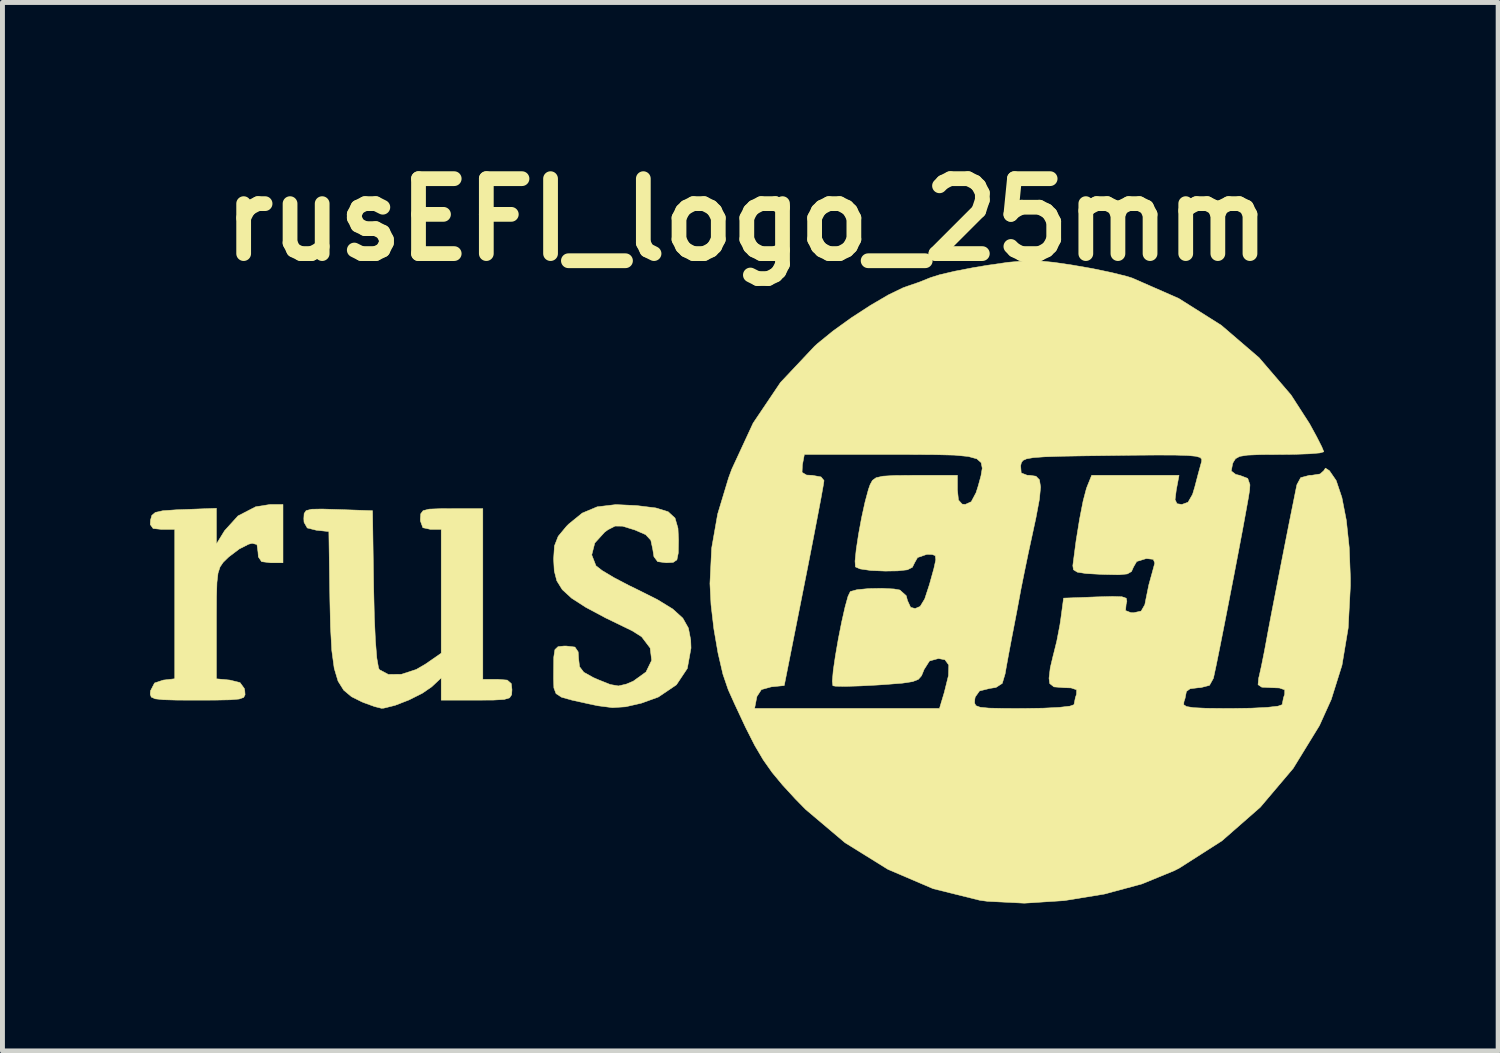
<source format=kicad_pcb>
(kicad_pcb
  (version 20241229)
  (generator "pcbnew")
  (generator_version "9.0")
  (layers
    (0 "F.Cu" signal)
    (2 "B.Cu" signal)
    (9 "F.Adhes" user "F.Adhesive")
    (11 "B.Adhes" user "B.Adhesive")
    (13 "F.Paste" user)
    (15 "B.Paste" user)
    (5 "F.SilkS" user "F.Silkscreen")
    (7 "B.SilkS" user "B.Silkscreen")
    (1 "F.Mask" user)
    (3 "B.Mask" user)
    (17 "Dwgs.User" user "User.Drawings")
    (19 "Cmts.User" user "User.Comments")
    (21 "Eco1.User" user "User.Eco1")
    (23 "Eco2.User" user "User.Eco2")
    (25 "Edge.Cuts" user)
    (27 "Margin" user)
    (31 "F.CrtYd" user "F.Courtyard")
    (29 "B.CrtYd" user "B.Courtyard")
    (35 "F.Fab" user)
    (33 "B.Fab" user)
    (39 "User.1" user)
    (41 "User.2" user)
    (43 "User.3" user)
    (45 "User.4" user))
  (footprint "rusEFI_logo_25mm"
    (layer "F.Cu")
    (at 12.188 8.818)
    (property "Reference" "rusEFI_logo_25mm" (at -0.05 -7.4 0) (layer "F.SilkS") (effects (font (size 1.524 1.524) (thickness 0.3))))
    (attr through_hole)
    (fp_poly (pts (xy -9.483 -0.423) (xy -9.737 -0.423) (xy -9.918 -0.446) (xy -9.984 -0.543) (xy -9.991 -0.641) (xy -10.012 -0.794) (xy -10.108 -0.819) (xy -10.181 -0.801) (xy -10.372 -0.704) (xy -10.583 -0.544) (xy -10.604 -0.525) (xy -10.699 -0.432) (xy -10.763 -0.338) (xy -10.804 -0.212) (xy -10.826 -0.022) (xy -10.835 0.266) (xy -10.837 0.682) (xy -10.837 0.815) (xy -10.837 1.937) (xy -10.562 1.963) (xy -10.357 2.014) (xy -10.269 2.134) (xy -10.26 2.18) (xy -10.254 2.261) (xy -10.283 2.316) (xy -10.374 2.348) (xy -10.556 2.364) (xy -10.856 2.37) (xy -11.218 2.371) (xy -11.639 2.37) (xy -11.917 2.362) (xy -12.082 2.344) (xy -12.162 2.308) (xy -12.183 2.25) (xy -12.177 2.18) (xy -12.095 2.022) (xy -11.917 1.963) (xy -11.684 1.936) (xy -11.684 -1.101) (xy -11.944 -1.101) (xy -12.124 -1.12) (xy -12.182 -1.201) (xy -12.177 -1.291) (xy -12.15 -1.388) (xy -12.079 -1.447) (xy -11.927 -1.481) (xy -11.658 -1.5) (xy -11.493 -1.506) (xy -10.837 -1.531) (xy -10.837 -1.168) (xy -10.837 -0.804) (xy -10.671 -1.075) (xy -10.398 -1.376) (xy -10.038 -1.562) (xy -9.741 -1.609) (xy -9.483 -1.609) (xy -9.483 -0.423)) (stroke (width 0.01) (type solid)) (fill yes) (layer "F.SilkS"))
    (fp_poly (pts (xy -5.419 1.947) (xy -5.122 1.947) (xy -4.922 1.963) (xy -4.84 2.034) (xy -4.826 2.159) (xy -4.833 2.261) (xy -4.875 2.324) (xy -4.986 2.357) (xy -5.2 2.369) (xy -5.546 2.371) (xy -6.265 2.371) (xy -6.265 1.918) (xy -6.458 2.099) (xy -6.65 2.231) (xy -6.921 2.367) (xy -7.205 2.477) (xy -7.435 2.534) (xy -7.482 2.536) (xy -7.618 2.502) (xy -7.831 2.425) (xy -7.878 2.406) (xy -8.089 2.301) (xy -8.248 2.168) (xy -8.363 1.984) (xy -8.441 1.724) (xy -8.49 1.364) (xy -8.517 0.879) (xy -8.529 0.339) (xy -8.55 -1.058) (xy -8.805 -1.085) (xy -8.989 -1.131) (xy -9.055 -1.247) (xy -9.059 -1.321) (xy -9.053 -1.424) (xy -9.012 -1.484) (xy -8.901 -1.512) (xy -8.687 -1.516) (xy -8.361 -1.506) (xy -7.662 -1.482) (xy -7.639 0.078) (xy -7.625 0.682) (xy -7.603 1.165) (xy -7.575 1.514) (xy -7.54 1.713) (xy -7.523 1.751) (xy -7.341 1.848) (xy -7.075 1.845) (xy -6.773 1.747) (xy -6.587 1.639) (xy -6.265 1.416) (xy -6.265 -1.101) (xy -6.477 -1.101) (xy -6.638 -1.136) (xy -6.688 -1.273) (xy -6.689 -1.312) (xy -6.681 -1.42) (xy -6.633 -1.483) (xy -6.51 -1.514) (xy -6.277 -1.523) (xy -6.054 -1.524) (xy -5.419 -1.524) (xy -5.419 1.947)) (stroke (width 0.01) (type solid)) (fill yes) (layer "F.SilkS"))
    (fp_poly (pts (xy -2.289 -1.586) (xy -1.9 -1.538) (xy -1.65 -1.461) (xy -1.51 -1.332) (xy -1.45 -1.125) (xy -1.439 -0.886) (xy -1.444 -0.621) (xy -1.472 -0.483) (xy -1.547 -0.431) (xy -1.688 -0.423) (xy -1.863 -0.446) (xy -1.939 -0.547) (xy -1.963 -0.699) (xy -2.002 -0.881) (xy -2.107 -0.995) (xy -2.326 -1.09) (xy -2.348 -1.097) (xy -2.58 -1.168) (xy -2.73 -1.169) (xy -2.874 -1.095) (xy -2.94 -1.047) (xy -3.142 -0.825) (xy -3.204 -0.583) (xy -3.118 -0.362) (xy -2.993 -0.265) (xy -2.756 -0.123) (xy -2.451 0.037) (xy -2.328 0.096) (xy -1.874 0.323) (xy -1.557 0.517) (xy -1.352 0.703) (xy -1.238 0.905) (xy -1.191 1.147) (xy -1.185 1.312) (xy -1.26 1.726) (xy -1.482 2.059) (xy -1.85 2.308) (xy -2.197 2.433) (xy -2.518 2.506) (xy -2.783 2.523) (xy -3.079 2.485) (xy -3.26 2.447) (xy -3.604 2.371) (xy -3.818 2.311) (xy -3.93 2.238) (xy -3.974 2.122) (xy -3.98 1.935) (xy -3.979 1.776) (xy -3.976 1.496) (xy -3.953 1.344) (xy -3.889 1.283) (xy -3.765 1.27) (xy -3.725 1.27) (xy -3.546 1.291) (xy -3.48 1.388) (xy -3.471 1.527) (xy -3.452 1.69) (xy -3.366 1.803) (xy -3.173 1.911) (xy -3.072 1.955) (xy -2.827 2.053) (xy -2.661 2.082) (xy -2.502 2.045) (xy -2.359 1.985) (xy -2.1 1.798) (xy -1.985 1.561) (xy -2.016 1.31) (xy -2.19 1.081) (xy -2.38 0.961) (xy -2.922 0.698) (xy -3.326 0.482) (xy -3.613 0.297) (xy -3.803 0.123) (xy -3.914 -0.056) (xy -3.966 -0.258) (xy -3.979 -0.5) (xy -3.962 -0.767) (xy -3.886 -0.961) (xy -3.718 -1.164) (xy -3.67 -1.212) (xy -3.396 -1.434) (xy -3.093 -1.561) (xy -2.714 -1.606) (xy -2.289 -1.586)) (stroke (width 0.01) (type solid)) (fill yes) (layer "F.SilkS"))
    (fp_poly (pts (xy 5.879 -6.563) (xy 6.201 -6.532) (xy 6.567 -6.478) (xy 6.976 -6.407) (xy 7.368 -6.325) (xy 7.682 -6.247) (xy 7.789 -6.213) (xy 8.733 -5.799) (xy 9.599 -5.253) (xy 10.368 -4.593) (xy 11.018 -3.835) (xy 11.394 -3.252) (xy 11.538 -2.988) (xy 11.642 -2.783) (xy 11.684 -2.682) (xy 11.684 -2.68) (xy 11.605 -2.657) (xy 11.392 -2.639) (xy 11.079 -2.628) (xy 10.792 -2.625) (xy 10.394 -2.623) (xy 10.132 -2.612) (xy 9.975 -2.587) (xy 9.889 -2.54) (xy 9.841 -2.465) (xy 9.829 -2.434) (xy 9.802 -2.29) (xy 9.893 -2.22) (xy 9.98 -2.199) (xy 10.137 -2.139) (xy 10.182 -2.01) (xy 10.175 -1.902) (xy 10.153 -1.759) (xy 10.103 -1.481) (xy 10.033 -1.098) (xy 9.947 -0.643) (xy 9.852 -0.145) (xy 9.753 0.364) (xy 9.658 0.852) (xy 9.571 1.291) (xy 9.499 1.647) (xy 9.447 1.89) (xy 9.439 1.926) (xy 9.359 2.07) (xy 9.18 2.116) (xy 9.142 2.117) (xy 8.965 2.139) (xy 8.89 2.194) (xy 8.89 2.194) (xy 8.862 2.336) (xy 8.839 2.406) (xy 8.835 2.463) (xy 8.892 2.501) (xy 9.036 2.524) (xy 9.291 2.536) (xy 9.684 2.54) (xy 9.812 2.54) (xy 10.208 2.534) (xy 10.532 2.518) (xy 10.753 2.493) (xy 10.837 2.463) (xy 10.837 2.462) (xy 10.865 2.32) (xy 10.889 2.251) (xy 10.89 2.161) (xy 10.78 2.123) (xy 10.626 2.117) (xy 10.422 2.107) (xy 10.347 2.056) (xy 10.359 1.924) (xy 10.369 1.886) (xy 10.417 1.67) (xy 10.477 1.371) (xy 10.511 1.187) (xy 10.555 0.948) (xy 10.623 0.591) (xy 10.708 0.154) (xy 10.801 -0.325) (xy 10.896 -0.809) (xy 10.985 -1.26) (xy 11.062 -1.642) (xy 11.117 -1.916) (xy 11.137 -2.011) (xy 11.214 -2.154) (xy 11.391 -2.201) (xy 11.432 -2.201) (xy 11.609 -2.229) (xy 11.684 -2.296) (xy 11.684 -2.296) (xy 11.717 -2.348) (xy 11.798 -2.296) (xy 11.936 -2.095) (xy 12.052 -1.75) (xy 12.142 -1.287) (xy 12.201 -0.733) (xy 12.225 -0.112) (xy 12.225 0.042) (xy 12.18 0.904) (xy 12.054 1.66) (xy 11.835 2.358) (xy 11.596 2.887) (xy 11.061 3.759) (xy 10.392 4.549) (xy 9.612 5.232) (xy 8.747 5.785) (xy 8.644 5.838) (xy 7.984 6.109) (xy 7.219 6.315) (xy 6.404 6.448) (xy 5.594 6.5) (xy 4.845 6.462) (xy 4.689 6.441) (xy 3.739 6.205) (xy 2.818 5.811) (xy 1.947 5.27) (xy 1.146 4.593) (xy 0.935 4.378) (xy 0.676 4.096) (xy 0.466 3.843) (xy 0.284 3.585) (xy 0.109 3.288) (xy -0.078 2.919) (xy -0.255 2.54) (xy 0.108 2.54) (xy 3.868 2.54) (xy 3.901 2.43) (xy 4.581 2.43) (xy 4.609 2.483) (xy 4.698 2.516) (xy 4.876 2.533) (xy 5.169 2.539) (xy 5.582 2.54) (xy 5.977 2.534) (xy 6.301 2.518) (xy 6.52 2.493) (xy 6.604 2.463) (xy 6.604 2.462) (xy 6.632 2.32) (xy 6.655 2.251) (xy 6.657 2.16) (xy 6.544 2.122) (xy 6.401 2.117) (xy 6.196 2.101) (xy 6.11 2.033) (xy 6.096 1.926) (xy 6.121 1.713) (xy 6.182 1.456) (xy 6.187 1.439) (xy 6.254 1.169) (xy 6.317 0.841) (xy 6.335 0.72) (xy 6.392 0.296) (xy 7.055 0.271) (xy 7.386 0.262) (xy 7.579 0.268) (xy 7.666 0.298) (xy 7.679 0.36) (xy 7.664 0.42) (xy 7.652 0.549) (xy 7.76 0.591) (xy 7.817 0.593) (xy 7.969 0.56) (xy 8.044 0.43) (xy 8.066 0.318) (xy 8.125 0.028) (xy 8.197 -0.233) (xy 8.247 -0.418) (xy 8.216 -0.493) (xy 8.083 -0.508) (xy 8.072 -0.508) (xy 7.879 -0.449) (xy 7.813 -0.335) (xy 7.773 -0.245) (xy 7.688 -0.196) (xy 7.518 -0.179) (xy 7.224 -0.185) (xy 7.165 -0.187) (xy 6.851 -0.204) (xy 6.672 -0.232) (xy 6.593 -0.281) (xy 6.58 -0.363) (xy 6.582 -0.381) (xy 6.645 -0.863) (xy 6.717 -1.309) (xy 6.789 -1.678) (xy 6.855 -1.929) (xy 6.869 -1.968) (xy 6.963 -2.201) (xy 8.74 -2.201) (xy 8.684 -1.905) (xy 8.659 -1.707) (xy 8.699 -1.624) (xy 8.798 -1.609) (xy 8.923 -1.654) (xy 9.015 -1.814) (xy 9.061 -1.968) (xy 9.129 -2.228) (xy 9.186 -2.436) (xy 9.198 -2.478) (xy 9.202 -2.527) (xy 9.171 -2.564) (xy 9.083 -2.589) (xy 8.919 -2.605) (xy 8.658 -2.613) (xy 8.28 -2.614) (xy 7.764 -2.61) (xy 7.393 -2.605) (xy 6.789 -2.597) (xy 6.334 -2.589) (xy 6.005 -2.578) (xy 5.781 -2.562) (xy 5.642 -2.538) (xy 5.566 -2.504) (xy 5.533 -2.458) (xy 5.519 -2.397) (xy 5.519 -2.392) (xy 5.53 -2.25) (xy 5.651 -2.203) (xy 5.709 -2.201) (xy 5.83 -2.183) (xy 5.901 -2.111) (xy 5.924 -1.963) (xy 5.9 -1.713) (xy 5.83 -1.339) (xy 5.764 -1.032) (xy 5.676 -0.627) (xy 5.592 -0.22) (xy 5.525 0.114) (xy 5.515 0.169) (xy 5.445 0.546) (xy 5.367 0.952) (xy 5.338 1.101) (xy 5.278 1.419) (xy 5.224 1.714) (xy 5.203 1.836) (xy 5.145 2.03) (xy 5.018 2.112) (xy 4.887 2.133) (xy 4.682 2.184) (xy 4.595 2.307) (xy 4.587 2.349) (xy 4.581 2.43) (xy 3.901 2.43) (xy 3.966 2.213) (xy 4.051 1.87) (xy 4.057 1.656) (xy 3.979 1.549) (xy 3.848 1.524) (xy 3.665 1.574) (xy 3.554 1.749) (xy 3.548 1.766) (xy 3.503 1.875) (xy 3.439 1.948) (xy 3.322 1.994) (xy 3.118 2.025) (xy 2.792 2.051) (xy 2.614 2.063) (xy 2.25 2.082) (xy 1.95 2.091) (xy 1.753 2.087) (xy 1.7 2.078) (xy 1.689 1.985) (xy 1.708 1.767) (xy 1.752 1.467) (xy 1.811 1.125) (xy 1.879 0.782) (xy 1.947 0.48) (xy 2.008 0.259) (xy 2.055 0.162) (xy 2.19 0.125) (xy 2.428 0.102) (xy 2.701 0.097) (xy 2.945 0.11) (xy 3.062 0.131) (xy 3.192 0.247) (xy 3.217 0.344) (xy 3.281 0.483) (xy 3.373 0.508) (xy 3.476 0.464) (xy 3.568 0.312) (xy 3.663 0.022) (xy 3.669 0.001) (xy 3.754 -0.305) (xy 3.793 -0.483) (xy 3.783 -0.567) (xy 3.72 -0.592) (xy 3.608 -0.593) (xy 3.422 -0.529) (xy 3.362 -0.423) (xy 3.317 -0.331) (xy 3.215 -0.28) (xy 3.017 -0.258) (xy 2.765 -0.254) (xy 2.473 -0.266) (xy 2.254 -0.298) (xy 2.159 -0.339) (xy 2.151 -0.457) (xy 2.175 -0.693) (xy 2.222 -1.002) (xy 2.284 -1.339) (xy 2.354 -1.658) (xy 2.423 -1.914) (xy 2.457 -2.011) (xy 2.504 -2.098) (xy 2.58 -2.153) (xy 2.718 -2.184) (xy 2.953 -2.198) (xy 3.319 -2.201) (xy 3.385 -2.201) (xy 4.233 -2.201) (xy 4.233 -1.905) (xy 4.254 -1.699) (xy 4.329 -1.616) (xy 4.392 -1.609) (xy 4.514 -1.664) (xy 4.612 -1.848) (xy 4.656 -1.987) (xy 4.712 -2.191) (xy 4.738 -2.346) (xy 4.716 -2.459) (xy 4.628 -2.537) (xy 4.454 -2.585) (xy 4.176 -2.612) (xy 3.775 -2.622) (xy 3.233 -2.625) (xy 2.891 -2.625) (xy 1.12 -2.625) (xy 1.08 -2.413) (xy 1.073 -2.262) (xy 1.164 -2.207) (xy 1.282 -2.201) (xy 1.459 -2.169) (xy 1.52 -2.095) (xy 1.503 -1.986) (xy 1.458 -1.734) (xy 1.388 -1.365) (xy 1.299 -0.901) (xy 1.195 -0.368) (xy 1.114 0.042) (xy 0.711 2.074) (xy 0.449 2.1) (xy 0.247 2.156) (xy 0.156 2.295) (xy 0.148 2.333) (xy 0.108 2.54) (xy -0.255 2.54) (xy -0.3 2.444) (xy -0.428 2.159) (xy -0.536 1.843) (xy -0.636 1.412) (xy -0.72 0.923) (xy -0.778 0.429) (xy -0.8 0) (xy -0.765 -0.72) (xy -0.643 -1.414) (xy -0.421 -2.149) (xy -0.355 -2.328) (xy 0.078 -3.263) (xy 0.634 -4.089) (xy 1.329 -4.827) (xy 1.39 -4.882) (xy 1.702 -5.136) (xy 2.074 -5.404) (xy 2.465 -5.658) (xy 2.829 -5.871) (xy 3.126 -6.015) (xy 3.221 -6.049) (xy 3.454 -6.129) (xy 3.683 -6.221) (xy 3.873 -6.281) (xy 4.182 -6.353) (xy 4.561 -6.426) (xy 4.831 -6.471) (xy 5.259 -6.533) (xy 5.587 -6.563) (xy 5.879 -6.563)) (stroke (width 0.01) (type solid)) (fill yes) (layer "F.SilkS")))
  (gr_rect
    (start -3 -3)
    (end 27.418 18.323)
    (stroke (width 0.1) (type default))
    (fill no)
    (layer "Edge.Cuts")))
</source>
